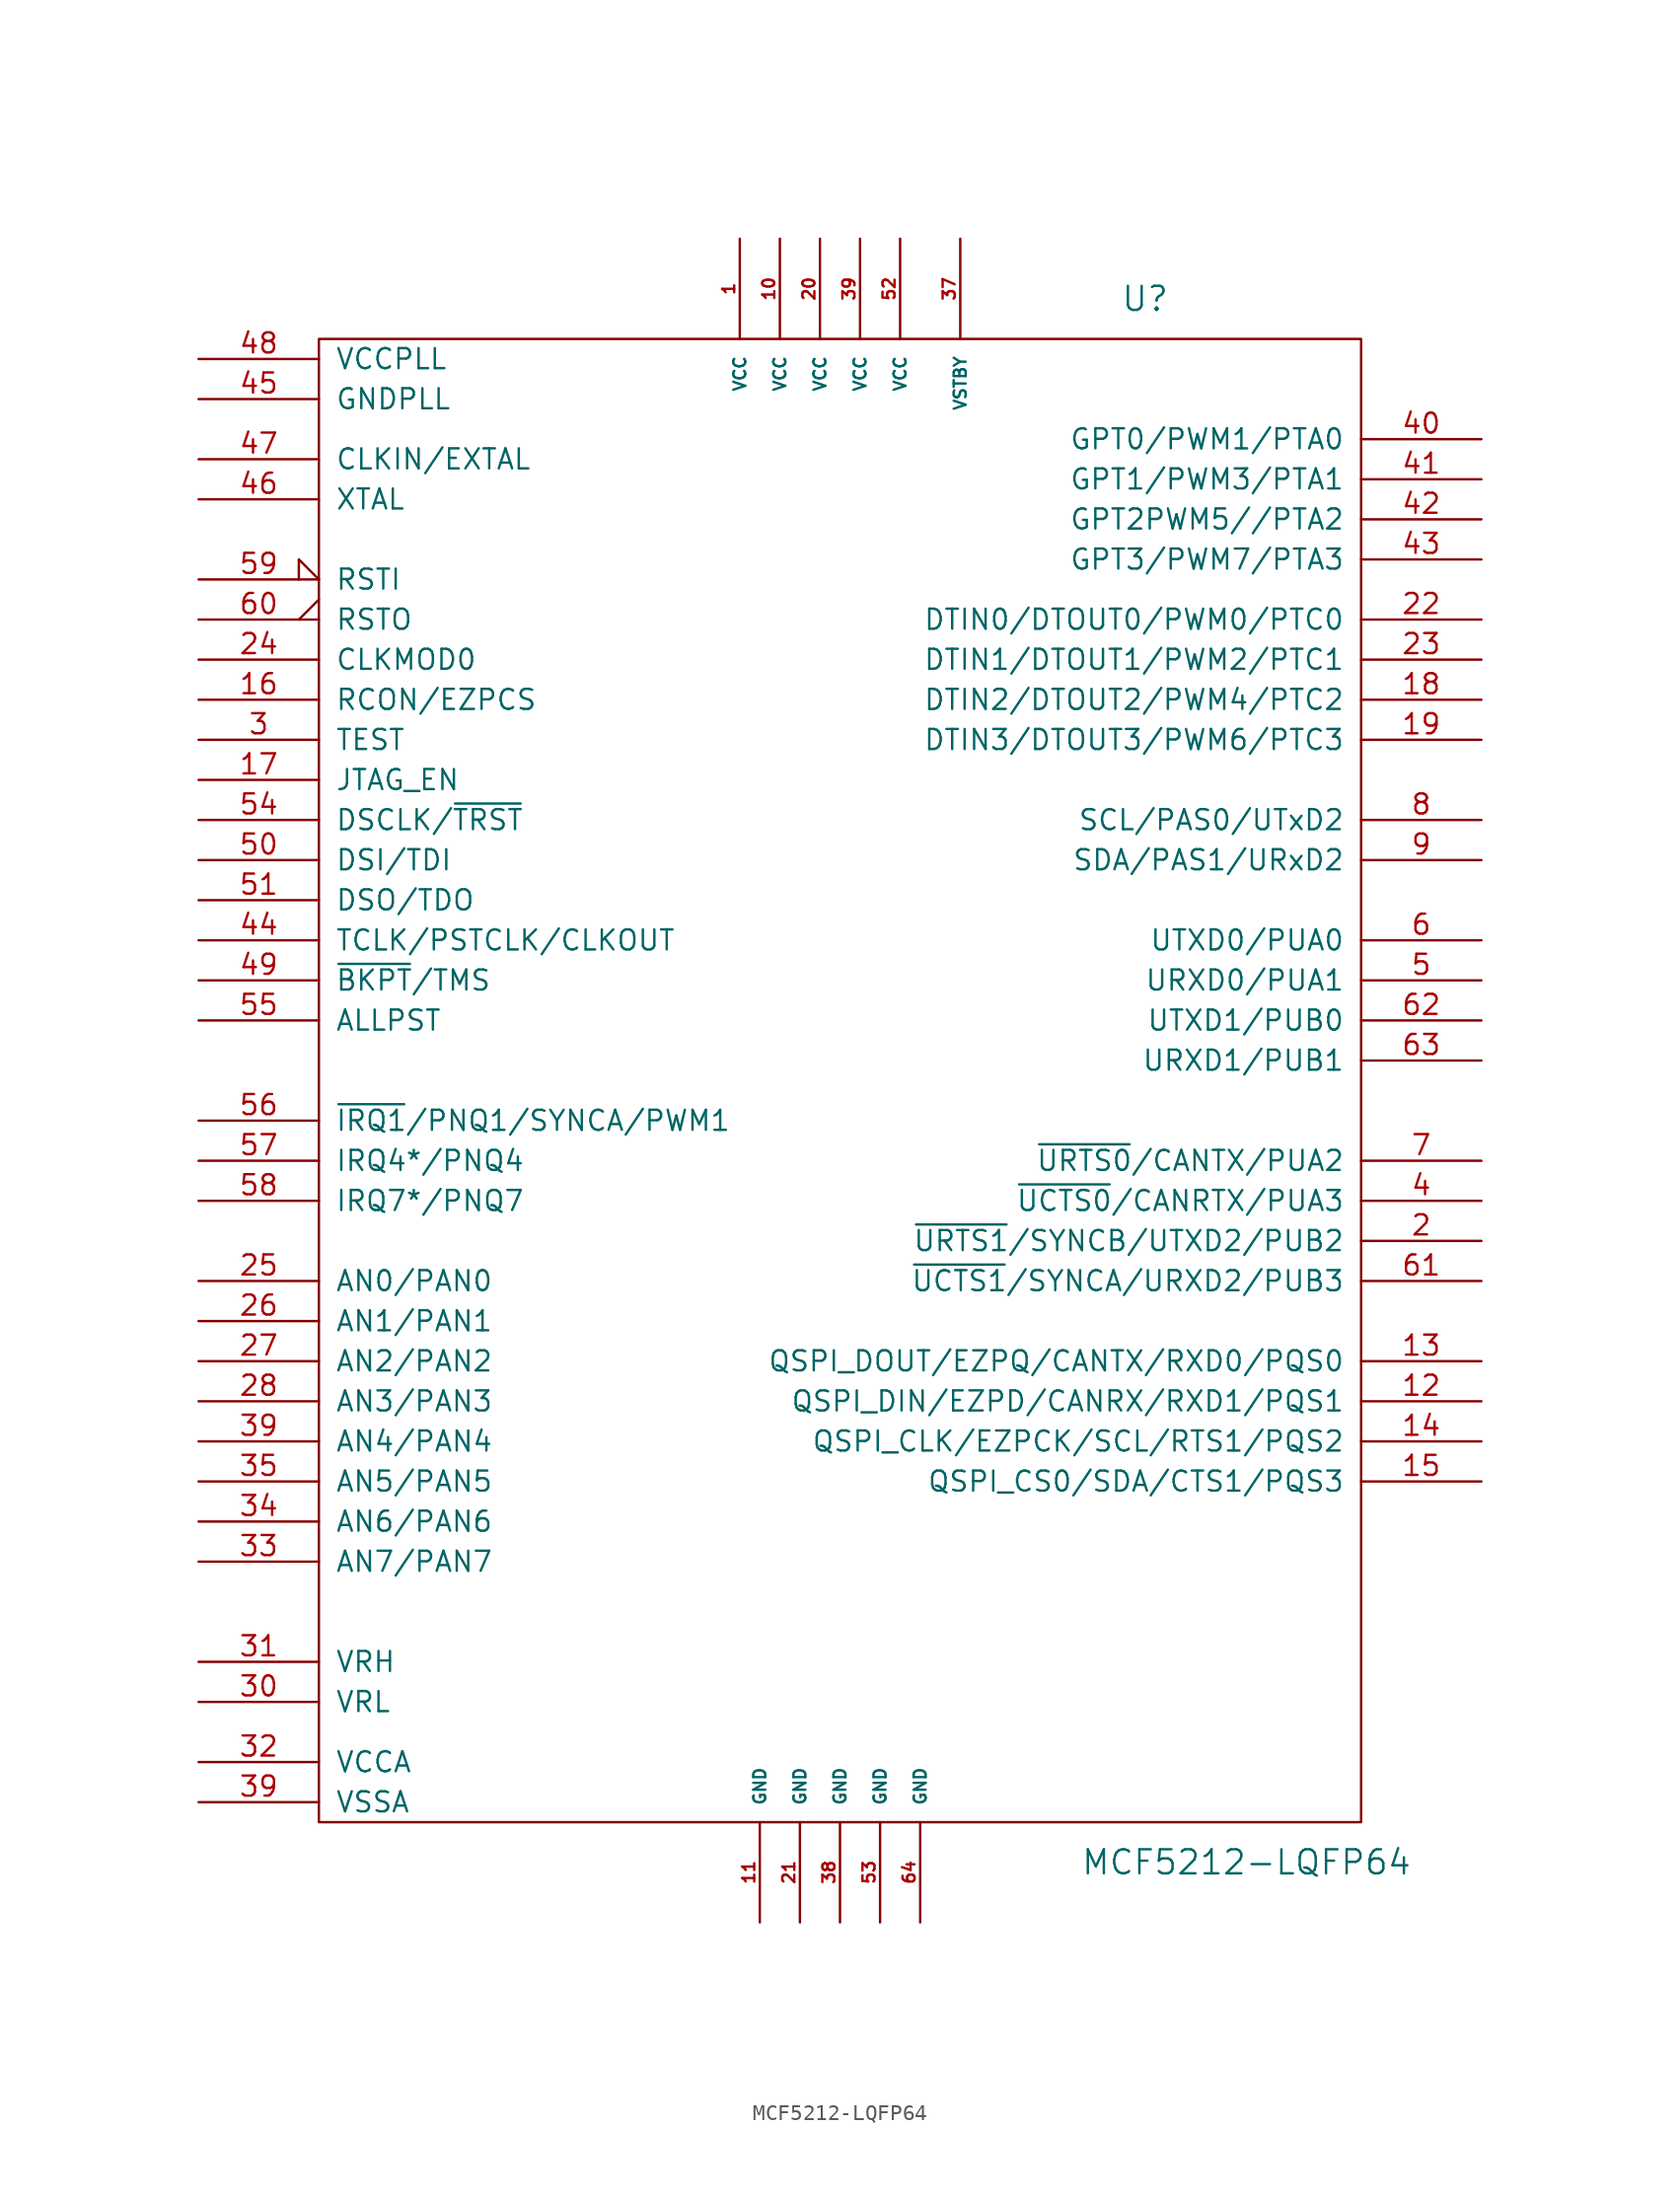
<source format=kicad_sym>
(kicad_symbol_lib
  (version 20211014)
  (generator kicad_symbol_editor)
  (symbol "MCF5212-LQFP64"
    (pin_names
      (offset 1.016))
    (property "Reference" "U"
      (at 17.78 49.53 0)
      (effects (font (size 1.524 1.524)) (justify left)))
    (property "Value" "MCF5212-LQFP64"
      (at 15.24 -49.53 0)
      (effects (font (size 1.524 1.524)) (justify left)))
    (property "Footprint" ""
      (at 0 0 0)
      (effects (font (size 1.524 1.524))))
    (property "Datasheet" ""
      (at 0 0 0)
      (effects (font (size 1.524 1.524))))
    (symbol "MCF5212-LQFP64_0_1"
      (rectangle (start -33.02 46.99) (end 33.02 -46.99) (stroke (width 0) (type default) (color 0 0 0 0)) (fill (type none))))
    (symbol "MCF5212-LQFP64_1_1"
      (pin power_in line (at -6.35 53.34 270) (length 6.35) (name "VCC" (effects (font (size 0.762 0.762)))) (number "1" (effects (font (size 0.762 0.762)))))
      (pin power_in line (at -3.81 53.34 270) (length 6.35) (name "VCC" (effects (font (size 0.762 0.762)))) (number "10" (effects (font (size 0.762 0.762)))))
      (pin power_in line (at -5.08 -53.34 90) (length 6.35) (name "GND" (effects (font (size 0.762 0.762)))) (number "11" (effects (font (size 0.762 0.762)))))
      (pin bidirectional line (at 40.64 -20.32 180) (length 7.62) (name "QSPI_DIN/EZPD/CANRX/RXD1/PQS1" (effects (font (size 1.27 1.27)))) (number "12" (effects (font (size 1.27 1.27)))))
      (pin bidirectional line (at 40.64 -17.78 180) (length 7.62) (name "QSPI_DOUT/EZPQ/CANTX/RXD0/PQS0" (effects (font (size 1.27 1.27)))) (number "13" (effects (font (size 1.27 1.27)))))
      (pin bidirectional line (at 40.64 -22.86 180) (length 7.62) (name "QSPI_CLK/EZPCK/SCL/RTS1/PQS2" (effects (font (size 1.27 1.27)))) (number "14" (effects (font (size 1.27 1.27)))))
      (pin bidirectional line (at 40.64 -25.4 180) (length 7.62) (name "QSPI_CS0/SDA/CTS1/PQS3" (effects (font (size 1.27 1.27)))) (number "15" (effects (font (size 1.27 1.27)))))
      (pin input line (at -40.64 24.13 0) (length 7.62) (name "RCON/EZPCS" (effects (font (size 1.27 1.27)))) (number "16" (effects (font (size 1.27 1.27)))))
      (pin input line (at -40.64 19.05 0) (length 7.62) (name "JTAG_EN" (effects (font (size 1.27 1.27)))) (number "17" (effects (font (size 1.27 1.27)))))
      (pin bidirectional line (at 40.64 24.13 180) (length 7.62) (name "DTIN2/DTOUT2/PWM4/PTC2" (effects (font (size 1.27 1.27)))) (number "18" (effects (font (size 1.27 1.27)))))
      (pin bidirectional line (at 40.64 21.59 180) (length 7.62) (name "DTIN3/DTOUT3/PWM6/PTC3" (effects (font (size 1.27 1.27)))) (number "19" (effects (font (size 1.27 1.27)))))
      (pin bidirectional line (at 40.64 -10.16 180) (length 7.62) (name "~{URTS1}/SYNCB/UTXD2/PUB2" (effects (font (size 1.27 1.27)))) (number "2" (effects (font (size 1.27 1.27)))))
      (pin power_in line (at -1.27 53.34 270) (length 6.35) (name "VCC" (effects (font (size 0.762 0.762)))) (number "20" (effects (font (size 0.762 0.762)))))
      (pin power_in line (at -2.54 -53.34 90) (length 6.35) (name "GND" (effects (font (size 0.762 0.762)))) (number "21" (effects (font (size 0.762 0.762)))))
      (pin bidirectional line (at 40.64 29.21 180) (length 7.62) (name "DTIN0/DTOUT0/PWM0/PTC0" (effects (font (size 1.27 1.27)))) (number "22" (effects (font (size 1.27 1.27)))))
      (pin bidirectional line (at 40.64 26.67 180) (length 7.62) (name "DTIN1/DTOUT1/PWM2/PTC1" (effects (font (size 1.27 1.27)))) (number "23" (effects (font (size 1.27 1.27)))))
      (pin input line (at -40.64 26.67 0) (length 7.62) (name "CLKMOD0" (effects (font (size 1.27 1.27)))) (number "24" (effects (font (size 1.27 1.27)))))
      (pin bidirectional line (at -40.64 -12.7 0) (length 7.62) (name "AN0/PAN0" (effects (font (size 1.27 1.27)))) (number "25" (effects (font (size 1.27 1.27)))))
      (pin bidirectional line (at -40.64 -15.24 0) (length 7.62) (name "AN1/PAN1" (effects (font (size 1.27 1.27)))) (number "26" (effects (font (size 1.27 1.27)))))
      (pin bidirectional line (at -40.64 -17.78 0) (length 7.62) (name "AN2/PAN2" (effects (font (size 1.27 1.27)))) (number "27" (effects (font (size 1.27 1.27)))))
      (pin bidirectional line (at -40.64 -20.32 0) (length 7.62) (name "AN3/PAN3" (effects (font (size 1.27 1.27)))) (number "28" (effects (font (size 1.27 1.27)))))
      (pin input line (at -40.64 21.59 0) (length 7.62) (name "TEST" (effects (font (size 1.27 1.27)))) (number "3" (effects (font (size 1.27 1.27)))))
      (pin input line (at -40.64 -39.37 0) (length 7.62) (name "VRL" (effects (font (size 1.27 1.27)))) (number "30" (effects (font (size 1.27 1.27)))))
      (pin input line (at -40.64 -36.83 0) (length 7.62) (name "VRH" (effects (font (size 1.27 1.27)))) (number "31" (effects (font (size 1.27 1.27)))))
      (pin input line (at -40.64 -43.18 0) (length 7.62) (name "VCCA" (effects (font (size 1.27 1.27)))) (number "32" (effects (font (size 1.27 1.27)))))
      (pin bidirectional line (at -40.64 -30.48 0) (length 7.62) (name "AN7/PAN7" (effects (font (size 1.27 1.27)))) (number "33" (effects (font (size 1.27 1.27)))))
      (pin bidirectional line (at -40.64 -27.94 0) (length 7.62) (name "AN6/PAN6" (effects (font (size 1.27 1.27)))) (number "34" (effects (font (size 1.27 1.27)))))
      (pin bidirectional line (at -40.64 -25.4 0) (length 7.62) (name "AN5/PAN5" (effects (font (size 1.27 1.27)))) (number "35" (effects (font (size 1.27 1.27)))))
      (pin power_in line (at 7.62 53.34 270) (length 6.35) (name "VSTBY" (effects (font (size 0.762 0.762)))) (number "37" (effects (font (size 0.762 0.762)))))
      (pin power_in line (at 0 -53.34 90) (length 6.35) (name "GND" (effects (font (size 0.762 0.762)))) (number "38" (effects (font (size 0.762 0.762)))))
      (pin bidirectional line (at -40.64 -22.86 0) (length 7.62) (name "AN4/PAN4" (effects (font (size 1.27 1.27)))) (number "39" (effects (font (size 1.27 1.27)))))
      (pin power_in line (at 1.27 53.34 270) (length 6.35) (name "VCC" (effects (font (size 0.762 0.762)))) (number "39" (effects (font (size 0.762 0.762)))))
      (pin input line (at -40.64 -45.72 0) (length 7.62) (name "VSSA" (effects (font (size 1.27 1.27)))) (number "39" (effects (font (size 1.27 1.27)))))
      (pin bidirectional line (at 40.64 -7.62 180) (length 7.62) (name "~{UCTS0}/CANRTX/PUA3" (effects (font (size 1.27 1.27)))) (number "4" (effects (font (size 1.27 1.27)))))
      (pin bidirectional line (at 40.64 40.64 180) (length 7.62) (name "GPT0/PWM1/PTA0" (effects (font (size 1.27 1.27)))) (number "40" (effects (font (size 1.27 1.27)))))
      (pin bidirectional line (at 40.64 38.1 180) (length 7.62) (name "GPT1/PWM3/PTA1" (effects (font (size 1.27 1.27)))) (number "41" (effects (font (size 1.27 1.27)))))
      (pin bidirectional line (at 40.64 35.56 180) (length 7.62) (name "GPT2PWM5//PTA2" (effects (font (size 1.27 1.27)))) (number "42" (effects (font (size 1.27 1.27)))))
      (pin bidirectional line (at 40.64 33.02 180) (length 7.62) (name "GPT3/PWM7/PTA3" (effects (font (size 1.27 1.27)))) (number "43" (effects (font (size 1.27 1.27)))))
      (pin input line (at -40.64 8.89 0) (length 7.62) (name "TCLK/PSTCLK/CLKOUT" (effects (font (size 1.27 1.27)))) (number "44" (effects (font (size 1.27 1.27)))))
      (pin passive line (at -40.64 43.18 0) (length 7.62) (name "GNDPLL" (effects (font (size 1.27 1.27)))) (number "45" (effects (font (size 1.27 1.27)))))
      (pin output line (at -40.64 36.83 0) (length 7.62) (name "XTAL" (effects (font (size 1.27 1.27)))) (number "46" (effects (font (size 1.27 1.27)))))
      (pin input line (at -40.64 39.37 0) (length 7.62) (name "CLKIN/EXTAL" (effects (font (size 1.27 1.27)))) (number "47" (effects (font (size 1.27 1.27)))))
      (pin passive line (at -40.64 45.72 0) (length 7.62) (name "VCCPLL" (effects (font (size 1.27 1.27)))) (number "48" (effects (font (size 1.27 1.27)))))
      (pin input line (at -40.64 6.35 0) (length 7.62) (name "~{BKPT}/TMS" (effects (font (size 1.27 1.27)))) (number "49" (effects (font (size 1.27 1.27)))))
      (pin bidirectional line (at 40.64 6.35 180) (length 7.62) (name "URXD0/PUA1" (effects (font (size 1.27 1.27)))) (number "5" (effects (font (size 1.27 1.27)))))
      (pin input line (at -40.64 13.97 0) (length 7.62) (name "DSI/TDI" (effects (font (size 1.27 1.27)))) (number "50" (effects (font (size 1.27 1.27)))))
      (pin output line (at -40.64 11.43 0) (length 7.62) (name "DSO/TDO" (effects (font (size 1.27 1.27)))) (number "51" (effects (font (size 1.27 1.27)))))
      (pin power_in line (at 3.81 53.34 270) (length 6.35) (name "VCC" (effects (font (size 0.762 0.762)))) (number "52" (effects (font (size 0.762 0.762)))))
      (pin power_in line (at 2.54 -53.34 90) (length 6.35) (name "GND" (effects (font (size 0.762 0.762)))) (number "53" (effects (font (size 0.762 0.762)))))
      (pin input line (at -40.64 16.51 0) (length 7.62) (name "DSCLK/~{TRST}" (effects (font (size 1.27 1.27)))) (number "54" (effects (font (size 1.27 1.27)))))
      (pin output line (at -40.64 3.81 0) (length 7.62) (name "ALLPST" (effects (font (size 1.27 1.27)))) (number "55" (effects (font (size 1.27 1.27)))))
      (pin bidirectional line (at -40.64 -2.54 0) (length 7.62) (name "~{IRQ1}/PNQ1/SYNCA/PWM1" (effects (font (size 1.27 1.27)))) (number "56" (effects (font (size 1.27 1.27)))))
      (pin bidirectional line (at -40.64 -5.08 0) (length 7.62) (name "IRQ4*/PNQ4" (effects (font (size 1.27 1.27)))) (number "57" (effects (font (size 1.27 1.27)))))
      (pin bidirectional line (at -40.64 -7.62 0) (length 7.62) (name "IRQ7*/PNQ7" (effects (font (size 1.27 1.27)))) (number "58" (effects (font (size 1.27 1.27)))))
      (pin input input_low (at -40.64 31.75 0) (length 7.62) (name "RSTI" (effects (font (size 1.27 1.27)))) (number "59" (effects (font (size 1.27 1.27)))))
      (pin bidirectional line (at 40.64 8.89 180) (length 7.62) (name "UTXD0/PUA0" (effects (font (size 1.27 1.27)))) (number "6" (effects (font (size 1.27 1.27)))))
      (pin output output_low (at -40.64 29.21 0) (length 7.62) (name "RSTO" (effects (font (size 1.27 1.27)))) (number "60" (effects (font (size 1.27 1.27)))))
      (pin bidirectional line (at 40.64 -12.7 180) (length 7.62) (name "~{UCTS1}/SYNCA/URXD2/PUB3" (effects (font (size 1.27 1.27)))) (number "61" (effects (font (size 1.27 1.27)))))
      (pin bidirectional line (at 40.64 3.81 180) (length 7.62) (name "UTXD1/PUB0" (effects (font (size 1.27 1.27)))) (number "62" (effects (font (size 1.27 1.27)))))
      (pin bidirectional line (at 40.64 1.27 180) (length 7.62) (name "URXD1/PUB1" (effects (font (size 1.27 1.27)))) (number "63" (effects (font (size 1.27 1.27)))))
      (pin power_in line (at 5.08 -53.34 90) (length 6.35) (name "GND" (effects (font (size 0.762 0.762)))) (number "64" (effects (font (size 0.762 0.762)))))
      (pin bidirectional line (at 40.64 -5.08 180) (length 7.62) (name "~{URTS0}/CANTX/PUA2" (effects (font (size 1.27 1.27)))) (number "7" (effects (font (size 1.27 1.27)))))
      (pin bidirectional line (at 40.64 16.51 180) (length 7.62) (name "SCL/PAS0/UTxD2" (effects (font (size 1.27 1.27)))) (number "8" (effects (font (size 1.27 1.27)))))
      (pin bidirectional line (at 40.64 13.97 180) (length 7.62) (name "SDA/PAS1/URxD2" (effects (font (size 1.27 1.27)))) (number "9" (effects (font (size 1.27 1.27))))))))
</source>
